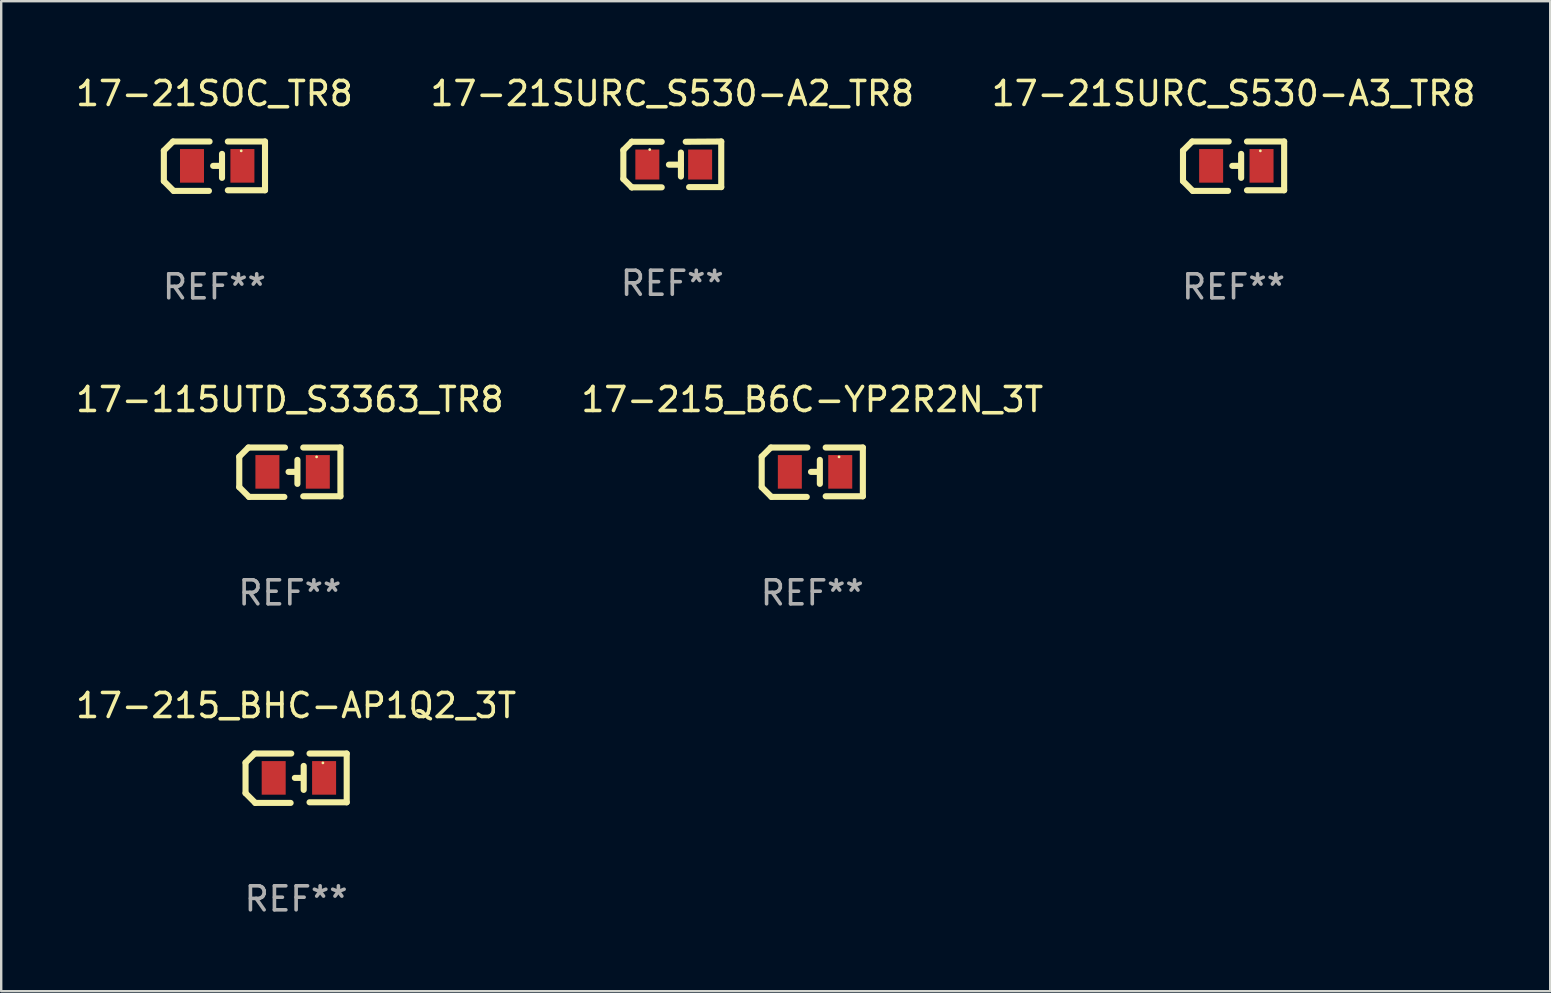
<source format=kicad_pcb>
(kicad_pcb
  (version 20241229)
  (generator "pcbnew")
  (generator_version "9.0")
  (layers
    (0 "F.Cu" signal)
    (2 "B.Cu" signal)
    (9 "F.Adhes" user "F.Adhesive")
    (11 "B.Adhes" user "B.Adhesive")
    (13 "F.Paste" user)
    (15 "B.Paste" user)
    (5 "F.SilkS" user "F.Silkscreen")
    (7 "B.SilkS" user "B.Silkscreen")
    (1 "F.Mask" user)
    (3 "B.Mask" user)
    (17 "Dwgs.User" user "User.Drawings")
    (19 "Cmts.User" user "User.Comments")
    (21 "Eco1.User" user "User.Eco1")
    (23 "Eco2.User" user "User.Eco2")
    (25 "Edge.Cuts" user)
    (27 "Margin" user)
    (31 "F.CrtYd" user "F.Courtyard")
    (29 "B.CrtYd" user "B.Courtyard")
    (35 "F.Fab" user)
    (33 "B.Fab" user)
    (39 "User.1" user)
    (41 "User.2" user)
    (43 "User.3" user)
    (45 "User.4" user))
  (footprint "17-21SURC_S530-A3_TR8"
    (layer "F.Cu")
    (at 48.363 3.877)
    (property "Reference" "17-21SURC_S530-A3_TR8" (at 0 -3.029 0) (layer "F.SilkS") (effects (font (size 1 1) (thickness 0.15))))
    (attr through_hole)
    (fp_line (start -2.108 -0.648) (end -1.727 -1.029) (stroke (width 0.254) (type solid)) (layer "F.SilkS"))
    (fp_line (start -2.108 0.622) (end -2.108 -0.648) (stroke (width 0.254) (type solid)) (layer "F.SilkS"))
    (fp_line (start -1.727 -1.029) (end -0.203 -1.029) (stroke (width 0.254) (type solid)) (layer "F.SilkS"))
    (fp_line (start -1.702 1.029) (end -2.108 0.622) (stroke (width 0.254) (type solid)) (layer "F.SilkS"))
    (fp_line (start -0.229 1.029) (end -1.702 1.029) (stroke (width 0.254) (type solid)) (layer "F.SilkS"))
    (fp_line (start 0.216 -0.014) (end -0.053 -0.014) (stroke (width 0.254) (type solid)) (layer "F.SilkS"))
    (fp_line (start 0.316 -0.514) (end 0.316 0.486) (stroke (width 0.254) (type solid)) (layer "F.SilkS"))
    (fp_line (start 0.559 1.003) (end 2.108 1.003) (stroke (width 0.254) (type solid)) (layer "F.SilkS"))
    (fp_line (start 2.108 -1.029) (end 0.559 -1.029) (stroke (width 0.254) (type solid)) (layer "F.SilkS"))
    (fp_line (start 2.108 1.003) (end 2.108 -1.029) (stroke (width 0.254) (type solid)) (layer "F.SilkS"))
    (fp_circle (center 1.116 -0.639) (end 1.146 -0.639) (stroke (width 0.06) (type solid)) (fill no) (layer "F.SilkS"))
    (fp_text user "REF**" (at 0 5.029 0) (layer "F.Fab") (effects (font (size 1 1) (thickness 0.15))))
    (pad "1" smd rect (at 1.166 -0.014 180) (size 1 1.4) (layers "F.Cu" "F.Mask" "F.Paste"))
    (pad "2" smd rect (at -0.935 -0.014 180) (size 1 1.4) (layers "F.Cu" "F.Mask" "F.Paste")))
  (footprint "17-21SURC_S530-A2_TR8"
    (layer "F.Cu")
    (at 24.97 3.803)
    (property "Reference" "17-21SURC_S530-A2_TR8" (at 0 -2.955 0) (layer "F.SilkS") (effects (font (size 1 1) (thickness 0.15))))
    (attr through_hole)
    (fp_line (start -2.04 -0.595) (end -2.04 0.605) (stroke (width 0.254) (type solid)) (layer "F.SilkS"))
    (fp_line (start -1.69 -0.945) (end -1.69 -0.945) (stroke (width 0.254) (type solid)) (layer "F.SilkS"))
    (fp_line (start -1.69 -0.945) (end -2.04 -0.595) (stroke (width 0.254) (type solid)) (layer "F.SilkS"))
    (fp_line (start -1.69 0.955) (end -2.04 0.605) (stroke (width 0.254) (type solid)) (layer "F.SilkS"))
    (fp_line (start -1.69 0.955) (end -1.69 0.955) (stroke (width 0.254) (type solid)) (layer "F.SilkS"))
    (fp_line (start -0.44 -0.945) (end -1.69 -0.945) (stroke (width 0.254) (type solid)) (layer "F.SilkS"))
    (fp_line (start -0.44 0.955) (end -1.69 0.955) (stroke (width 0.254) (type solid)) (layer "F.SilkS"))
    (fp_line (start 0.36 -0.495) (end 0.36 0.505) (stroke (width 0.254) (type solid)) (layer "F.SilkS"))
    (fp_line (start 0.36 0.01) (end -0.14 0.01) (stroke (width 0.254) (type solid)) (layer "F.SilkS"))
    (fp_line (start 0.56 -0.945) (end 2.04 -0.955) (stroke (width 0.254) (type solid)) (layer "F.SilkS"))
    (fp_line (start 0.7 0.945) (end 2.04 0.945) (stroke (width 0.254) (type solid)) (layer "F.SilkS"))
    (fp_line (start 2.04 -0.955) (end 2.04 0.945) (stroke (width 0.254) (type solid)) (layer "F.SilkS"))
    (fp_circle (center -0.94 -0.62) (end -0.91 -0.62) (stroke (width 0.06) (type solid)) (fill no) (layer "F.SilkS"))
    (fp_text user "REF**" (at 0 4.955 0) (layer "F.Fab") (effects (font (size 1 1) (thickness 0.15))))
    (pad "1" smd rect (at -1.04 0.005 180) (size 1 1.25) (layers "F.Cu" "F.Mask" "F.Paste"))
    (pad "2" smd rect (at 1.16 0.005 180) (size 1 1.25) (layers "F.Cu" "F.Mask" "F.Paste")))
  (footprint "17-21SOC_TR8"
    (layer "F.Cu")
    (at 5.887 3.877)
    (property "Reference" "17-21SOC_TR8" (at 0 -3.029 0) (layer "F.SilkS") (effects (font (size 1 1) (thickness 0.15))))
    (attr through_hole)
    (fp_line (start -2.108 -0.648) (end -1.727 -1.029) (stroke (width 0.254) (type solid)) (layer "F.SilkS"))
    (fp_line (start -2.108 0.622) (end -2.108 -0.648) (stroke (width 0.254) (type solid)) (layer "F.SilkS"))
    (fp_line (start -1.727 -1.029) (end -0.203 -1.029) (stroke (width 0.254) (type solid)) (layer "F.SilkS"))
    (fp_line (start -1.702 1.029) (end -2.108 0.622) (stroke (width 0.254) (type solid)) (layer "F.SilkS"))
    (fp_line (start -0.229 1.029) (end -1.702 1.029) (stroke (width 0.254) (type solid)) (layer "F.SilkS"))
    (fp_line (start 0.216 -0.014) (end -0.053 -0.014) (stroke (width 0.254) (type solid)) (layer "F.SilkS"))
    (fp_line (start 0.316 -0.514) (end 0.316 0.486) (stroke (width 0.254) (type solid)) (layer "F.SilkS"))
    (fp_line (start 0.559 1.003) (end 2.108 1.003) (stroke (width 0.254) (type solid)) (layer "F.SilkS"))
    (fp_line (start 2.108 -1.029) (end 0.559 -1.029) (stroke (width 0.254) (type solid)) (layer "F.SilkS"))
    (fp_line (start 2.108 1.003) (end 2.108 -1.029) (stroke (width 0.254) (type solid)) (layer "F.SilkS"))
    (fp_circle (center 1.116 -0.639) (end 1.146 -0.639) (stroke (width 0.06) (type solid)) (fill no) (layer "F.SilkS"))
    (fp_text user "REF**" (at 0 5.029 0) (layer "F.Fab") (effects (font (size 1 1) (thickness 0.15))))
    (pad "1" smd rect (at 1.166 -0.014 180) (size 1 1.4) (layers "F.Cu" "F.Mask" "F.Paste"))
    (pad "2" smd rect (at -0.935 -0.014 180) (size 1 1.4) (layers "F.Cu" "F.Mask" "F.Paste")))
  (footprint "17-215_BHC-AP1Q2_3T"
    (layer "F.Cu")
    (at 9.292 29.385)
    (property "Reference" "17-215_BHC-AP1Q2_3T" (at 0 -3.029 0) (layer "F.SilkS") (effects (font (size 1 1) (thickness 0.15))))
    (attr through_hole)
    (fp_line (start -2.108 -0.648) (end -1.727 -1.029) (stroke (width 0.254) (type solid)) (layer "F.SilkS"))
    (fp_line (start -2.108 0.622) (end -2.108 -0.648) (stroke (width 0.254) (type solid)) (layer "F.SilkS"))
    (fp_line (start -1.727 -1.029) (end -0.203 -1.029) (stroke (width 0.254) (type solid)) (layer "F.SilkS"))
    (fp_line (start -1.702 1.029) (end -2.108 0.622) (stroke (width 0.254) (type solid)) (layer "F.SilkS"))
    (fp_line (start -0.229 1.029) (end -1.702 1.029) (stroke (width 0.254) (type solid)) (layer "F.SilkS"))
    (fp_line (start 0.216 -0.014) (end -0.053 -0.014) (stroke (width 0.254) (type solid)) (layer "F.SilkS"))
    (fp_line (start 0.316 -0.514) (end 0.316 0.486) (stroke (width 0.254) (type solid)) (layer "F.SilkS"))
    (fp_line (start 0.559 1.003) (end 2.108 1.003) (stroke (width 0.254) (type solid)) (layer "F.SilkS"))
    (fp_line (start 2.108 -1.029) (end 0.559 -1.029) (stroke (width 0.254) (type solid)) (layer "F.SilkS"))
    (fp_line (start 2.108 1.003) (end 2.108 -1.029) (stroke (width 0.254) (type solid)) (layer "F.SilkS"))
    (fp_circle (center 1.116 -0.639) (end 1.146 -0.639) (stroke (width 0.06) (type solid)) (fill no) (layer "F.SilkS"))
    (fp_text user "REF**" (at 0 5.029 0) (layer "F.Fab") (effects (font (size 1 1) (thickness 0.15))))
    (pad "1" smd rect (at 1.166 -0.014 180) (size 1 1.4) (layers "F.Cu" "F.Mask" "F.Paste"))
    (pad "2" smd rect (at -0.935 -0.014 180) (size 1 1.4) (layers "F.Cu" "F.Mask" "F.Paste")))
  (footprint "17-115UTD_S3363_TR8"
    (layer "F.Cu")
    (at 9.03 16.631)
    (property "Reference" "17-115UTD_S3363_TR8" (at 0 -3.029 0) (layer "F.SilkS") (effects (font (size 1 1) (thickness 0.15))))
    (attr through_hole)
    (fp_line (start -2.108 -0.648) (end -1.727 -1.029) (stroke (width 0.254) (type solid)) (layer "F.SilkS"))
    (fp_line (start -2.108 0.622) (end -2.108 -0.648) (stroke (width 0.254) (type solid)) (layer "F.SilkS"))
    (fp_line (start -1.727 -1.029) (end -0.203 -1.029) (stroke (width 0.254) (type solid)) (layer "F.SilkS"))
    (fp_line (start -1.702 1.029) (end -2.108 0.622) (stroke (width 0.254) (type solid)) (layer "F.SilkS"))
    (fp_line (start -0.229 1.029) (end -1.702 1.029) (stroke (width 0.254) (type solid)) (layer "F.SilkS"))
    (fp_line (start 0.216 -0.014) (end -0.053 -0.014) (stroke (width 0.254) (type solid)) (layer "F.SilkS"))
    (fp_line (start 0.316 -0.514) (end 0.316 0.486) (stroke (width 0.254) (type solid)) (layer "F.SilkS"))
    (fp_line (start 0.559 1.003) (end 2.108 1.003) (stroke (width 0.254) (type solid)) (layer "F.SilkS"))
    (fp_line (start 2.108 -1.029) (end 0.559 -1.029) (stroke (width 0.254) (type solid)) (layer "F.SilkS"))
    (fp_line (start 2.108 1.003) (end 2.108 -1.029) (stroke (width 0.254) (type solid)) (layer "F.SilkS"))
    (fp_circle (center 1.116 -0.639) (end 1.146 -0.639) (stroke (width 0.06) (type solid)) (fill no) (layer "F.SilkS"))
    (fp_text user "REF**" (at 0 5.029 0) (layer "F.Fab") (effects (font (size 1 1) (thickness 0.15))))
    (pad "1" smd rect (at 1.166 -0.014 180) (size 1 1.4) (layers "F.Cu" "F.Mask" "F.Paste"))
    (pad "2" smd rect (at -0.935 -0.014 180) (size 1 1.4) (layers "F.Cu" "F.Mask" "F.Paste")))
  (footprint "17-215_B6C-YP2R2N_3T"
    (layer "F.Cu")
    (at 30.804 16.631)
    (property "Reference" "17-215_B6C-YP2R2N_3T" (at 0 -3.029 0) (layer "F.SilkS") (effects (font (size 1 1) (thickness 0.15))))
    (attr through_hole)
    (fp_line (start -2.108 -0.648) (end -1.727 -1.029) (stroke (width 0.254) (type solid)) (layer "F.SilkS"))
    (fp_line (start -2.108 0.622) (end -2.108 -0.648) (stroke (width 0.254) (type solid)) (layer "F.SilkS"))
    (fp_line (start -1.727 -1.029) (end -0.203 -1.029) (stroke (width 0.254) (type solid)) (layer "F.SilkS"))
    (fp_line (start -1.702 1.029) (end -2.108 0.622) (stroke (width 0.254) (type solid)) (layer "F.SilkS"))
    (fp_line (start -0.229 1.029) (end -1.702 1.029) (stroke (width 0.254) (type solid)) (layer "F.SilkS"))
    (fp_line (start 0.216 -0.014) (end -0.053 -0.014) (stroke (width 0.254) (type solid)) (layer "F.SilkS"))
    (fp_line (start 0.316 -0.514) (end 0.316 0.486) (stroke (width 0.254) (type solid)) (layer "F.SilkS"))
    (fp_line (start 0.559 1.003) (end 2.108 1.003) (stroke (width 0.254) (type solid)) (layer "F.SilkS"))
    (fp_line (start 2.108 -1.029) (end 0.559 -1.029) (stroke (width 0.254) (type solid)) (layer "F.SilkS"))
    (fp_line (start 2.108 1.003) (end 2.108 -1.029) (stroke (width 0.254) (type solid)) (layer "F.SilkS"))
    (fp_circle (center 1.116 -0.639) (end 1.146 -0.639) (stroke (width 0.06) (type solid)) (fill no) (layer "F.SilkS"))
    (fp_text user "REF**" (at 0 5.029 0) (layer "F.Fab") (effects (font (size 1 1) (thickness 0.15))))
    (pad "1" smd rect (at 1.166 -0.014 180) (size 1 1.4) (layers "F.Cu" "F.Mask" "F.Paste"))
    (pad "2" smd rect (at -0.935 -0.014 180) (size 1 1.4) (layers "F.Cu" "F.Mask" "F.Paste")))
  (gr_rect
    (start -3 -3)
    (end 61.56 38.262)
    (stroke (width 0.1) (type default))
    (fill no)
    (layer "Edge.Cuts")))
</source>
